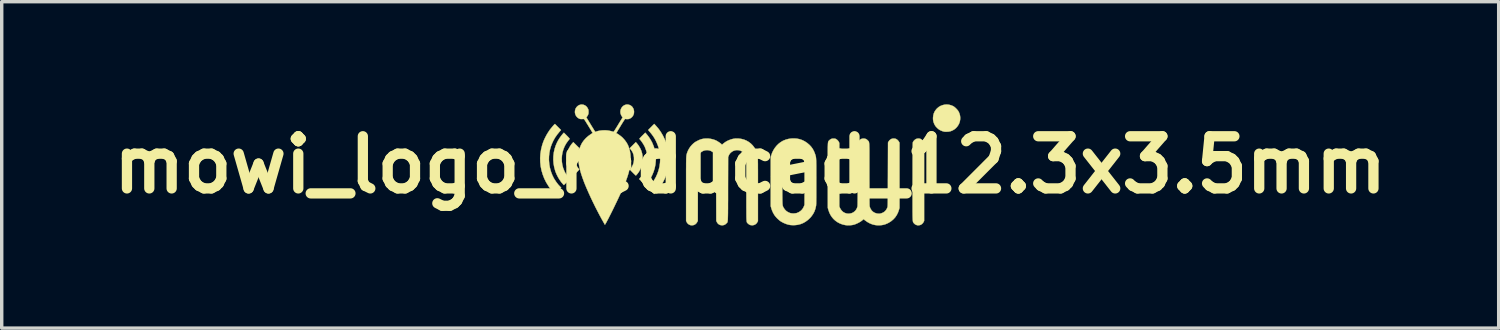
<source format=kicad_pcb>
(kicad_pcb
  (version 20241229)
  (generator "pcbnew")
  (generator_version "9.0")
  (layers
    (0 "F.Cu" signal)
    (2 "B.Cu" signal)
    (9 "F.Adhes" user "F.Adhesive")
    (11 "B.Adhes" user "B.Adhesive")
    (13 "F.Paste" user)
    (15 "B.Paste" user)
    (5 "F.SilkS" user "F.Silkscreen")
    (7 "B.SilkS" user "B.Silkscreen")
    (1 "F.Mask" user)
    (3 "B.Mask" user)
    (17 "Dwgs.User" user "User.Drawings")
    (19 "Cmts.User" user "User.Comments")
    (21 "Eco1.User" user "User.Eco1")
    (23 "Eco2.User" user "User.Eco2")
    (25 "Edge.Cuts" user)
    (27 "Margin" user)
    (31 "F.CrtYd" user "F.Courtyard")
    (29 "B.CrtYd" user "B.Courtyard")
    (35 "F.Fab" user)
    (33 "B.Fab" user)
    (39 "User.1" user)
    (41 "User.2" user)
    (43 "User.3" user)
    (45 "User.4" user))
  (footprint "mowi_logo_reduced_12.3x3.5mm"
    (layer "F.Cu")
    (at 18.876 1.767)
    (property "Reference" "mowi_logo_reduced_12.3x3.5mm" (at 0 0 0) (layer "F.SilkS") (effects (font (size 1.524 1.524) (thickness 0.3))))
    (attr through_hole)
    (fp_poly (pts (xy -5.081 -0.573) (xy -4.991 -0.484) (xy -5.015 -0.458) (xy -5.055 -0.404) (xy -5.085 -0.346) (xy -5.106 -0.282) (xy -5.116 -0.214) (xy -5.117 -0.154) (xy -5.11 -0.083) (xy -5.092 -0.018) (xy -5.065 0.041) (xy -5.029 0.095) (xy -5.016 0.111) (xy -5.005 0.124) (xy -4.999 0.132) (xy -4.999 0.136) (xy -5.004 0.145) (xy -5.014 0.158) (xy -5.031 0.176) (xy -5.054 0.2) (xy -5.08 0.226) (xy -5.105 0.251) (xy -5.128 0.274) (xy -5.147 0.292) (xy -5.161 0.305) (xy -5.169 0.312) (xy -5.17 0.313) (xy -5.175 0.309) (xy -5.186 0.299) (xy -5.199 0.284) (xy -5.2 0.283) (xy -5.25 0.22) (xy -5.292 0.15) (xy -5.325 0.075) (xy -5.349 -0.004) (xy -5.365 -0.085) (xy -5.371 -0.168) (xy -5.367 -0.251) (xy -5.354 -0.332) (xy -5.337 -0.392) (xy -5.31 -0.459) (xy -5.275 -0.525) (xy -5.235 -0.586) (xy -5.198 -0.631) (xy -5.17 -0.662) (xy -5.081 -0.573)) (stroke (width 0.01) (type solid)) (fill yes) (layer "F.SilkS"))
    (fp_poly (pts (xy -2.762 -1.149) (xy -2.684 -1.059) (xy -2.614 -0.961) (xy -2.552 -0.856) (xy -2.498 -0.747) (xy -2.453 -0.634) (xy -2.418 -0.518) (xy -2.398 -0.427) (xy -2.381 -0.303) (xy -2.374 -0.179) (xy -2.379 -0.056) (xy -2.394 0.065) (xy -2.42 0.185) (xy -2.456 0.301) (xy -2.502 0.415) (xy -2.558 0.525) (xy -2.624 0.631) (xy -2.699 0.732) (xy -2.767 0.809) (xy -2.807 0.851) (xy -2.898 0.761) (xy -2.989 0.671) (xy -2.947 0.627) (xy -2.875 0.544) (xy -2.812 0.455) (xy -2.758 0.36) (xy -2.713 0.261) (xy -2.677 0.157) (xy -2.651 0.051) (xy -2.636 -0.058) (xy -2.63 -0.169) (xy -2.635 -0.28) (xy -2.65 -0.391) (xy -2.652 -0.402) (xy -2.671 -0.478) (xy -2.696 -0.558) (xy -2.728 -0.638) (xy -2.764 -0.715) (xy -2.803 -0.785) (xy -2.807 -0.792) (xy -2.849 -0.855) (xy -2.898 -0.919) (xy -2.94 -0.968) (xy -2.982 -1.017) (xy -2.894 -1.106) (xy -2.805 -1.195) (xy -2.762 -1.149)) (stroke (width 0.01) (type solid)) (fill yes) (layer "F.SilkS"))
    (fp_poly (pts (xy -3.315 -0.631) (xy -3.299 -0.611) (xy -3.28 -0.587) (xy -3.262 -0.562) (xy -3.258 -0.555) (xy -3.215 -0.483) (xy -3.182 -0.409) (xy -3.16 -0.333) (xy -3.147 -0.253) (xy -3.143 -0.173) (xy -3.148 -0.084) (xy -3.164 0.001) (xy -3.19 0.082) (xy -3.227 0.16) (xy -3.256 0.208) (xy -3.271 0.23) (xy -3.288 0.253) (xy -3.305 0.274) (xy -3.321 0.292) (xy -3.333 0.306) (xy -3.342 0.312) (xy -3.343 0.313) (xy -3.348 0.309) (xy -3.359 0.298) (xy -3.376 0.282) (xy -3.398 0.261) (xy -3.422 0.237) (xy -3.433 0.226) (xy -3.463 0.196) (xy -3.485 0.173) (xy -3.501 0.155) (xy -3.51 0.143) (xy -3.514 0.136) (xy -3.514 0.132) (xy -3.508 0.124) (xy -3.497 0.11) (xy -3.484 0.095) (xy -3.448 0.041) (xy -3.421 -0.018) (xy -3.404 -0.083) (xy -3.396 -0.154) (xy -3.398 -0.226) (xy -3.41 -0.293) (xy -3.432 -0.356) (xy -3.464 -0.413) (xy -3.498 -0.458) (xy -3.522 -0.484) (xy -3.432 -0.573) (xy -3.343 -0.662) (xy -3.315 -0.631)) (stroke (width 0.01) (type solid)) (fill yes) (layer "F.SilkS"))
    (fp_poly (pts (xy -5.359 -0.852) (xy -5.329 -0.821) (xy -5.307 -0.798) (xy -5.291 -0.78) (xy -5.282 -0.768) (xy -5.278 -0.761) (xy -5.278 -0.757) (xy -5.284 -0.75) (xy -5.295 -0.736) (xy -5.309 -0.718) (xy -5.322 -0.703) (xy -5.377 -0.626) (xy -5.422 -0.545) (xy -5.458 -0.459) (xy -5.484 -0.37) (xy -5.501 -0.279) (xy -5.508 -0.187) (xy -5.505 -0.094) (xy -5.492 -0.002) (xy -5.469 0.088) (xy -5.435 0.175) (xy -5.419 0.21) (xy -5.4 0.243) (xy -5.376 0.28) (xy -5.35 0.318) (xy -5.324 0.352) (xy -5.303 0.376) (xy -5.268 0.414) (xy -5.357 0.503) (xy -5.446 0.592) (xy -5.469 0.568) (xy -5.521 0.508) (xy -5.57 0.439) (xy -5.615 0.365) (xy -5.655 0.286) (xy -5.689 0.206) (xy -5.699 0.176) (xy -5.728 0.07) (xy -5.747 -0.038) (xy -5.755 -0.146) (xy -5.752 -0.255) (xy -5.739 -0.363) (xy -5.715 -0.469) (xy -5.681 -0.572) (xy -5.653 -0.637) (xy -5.621 -0.7) (xy -5.582 -0.766) (xy -5.538 -0.828) (xy -5.493 -0.886) (xy -5.473 -0.909) (xy -5.446 -0.939) (xy -5.359 -0.852)) (stroke (width 0.01) (type solid)) (fill yes) (layer "F.SilkS"))
    (fp_poly (pts (xy -3.04 -0.909) (xy -2.994 -0.854) (xy -2.949 -0.792) (xy -2.907 -0.726) (xy -2.871 -0.66) (xy -2.86 -0.637) (xy -2.819 -0.536) (xy -2.788 -0.432) (xy -2.768 -0.327) (xy -2.759 -0.221) (xy -2.76 -0.114) (xy -2.77 -0.009) (xy -2.791 0.096) (xy -2.822 0.197) (xy -2.862 0.296) (xy -2.913 0.391) (xy -2.973 0.481) (xy -3.002 0.519) (xy -3.019 0.539) (xy -3.035 0.558) (xy -3.048 0.572) (xy -3.052 0.576) (xy -3.068 0.592) (xy -3.157 0.503) (xy -3.245 0.414) (xy -3.21 0.376) (xy -3.186 0.348) (xy -3.16 0.313) (xy -3.134 0.276) (xy -3.11 0.239) (xy -3.094 0.21) (xy -3.061 0.135) (xy -3.035 0.053) (xy -3.017 -0.031) (xy -3.007 -0.116) (xy -3.005 -0.199) (xy -3.008 -0.242) (xy -3.015 -0.299) (xy -3.023 -0.349) (xy -3.034 -0.396) (xy -3.049 -0.443) (xy -3.083 -0.531) (xy -3.129 -0.614) (xy -3.183 -0.693) (xy -3.204 -0.719) (xy -3.238 -0.76) (xy -3.227 -0.775) (xy -3.22 -0.783) (xy -3.206 -0.798) (xy -3.187 -0.818) (xy -3.165 -0.841) (xy -3.141 -0.864) (xy -3.067 -0.939) (xy -3.04 -0.909)) (stroke (width 0.01) (type solid)) (fill yes) (layer "F.SilkS"))
    (fp_poly (pts (xy 5.807 -1.757) (xy 5.868 -1.741) (xy 5.927 -1.717) (xy 5.944 -1.707) (xy 5.968 -1.691) (xy 5.996 -1.667) (xy 6.024 -1.64) (xy 6.05 -1.612) (xy 6.072 -1.585) (xy 6.084 -1.568) (xy 6.112 -1.509) (xy 6.13 -1.45) (xy 6.138 -1.39) (xy 6.137 -1.33) (xy 6.128 -1.272) (xy 6.11 -1.216) (xy 6.084 -1.164) (xy 6.051 -1.116) (xy 6.012 -1.073) (xy 5.967 -1.036) (xy 5.916 -1.006) (xy 5.86 -0.983) (xy 5.799 -0.97) (xy 5.739 -0.967) (xy 5.714 -0.967) (xy 5.692 -0.968) (xy 5.676 -0.969) (xy 5.672 -0.97) (xy 5.646 -0.976) (xy 5.614 -0.986) (xy 5.581 -0.999) (xy 5.551 -1.013) (xy 5.546 -1.015) (xy 5.514 -1.035) (xy 5.48 -1.063) (xy 5.459 -1.083) (xy 5.436 -1.107) (xy 5.418 -1.128) (xy 5.404 -1.149) (xy 5.39 -1.173) (xy 5.385 -1.183) (xy 5.365 -1.23) (xy 5.352 -1.273) (xy 5.345 -1.318) (xy 5.343 -1.368) (xy 5.344 -1.382) (xy 5.352 -1.448) (xy 5.369 -1.51) (xy 5.396 -1.566) (xy 5.434 -1.618) (xy 5.459 -1.646) (xy 5.508 -1.688) (xy 5.561 -1.72) (xy 5.62 -1.743) (xy 5.682 -1.758) (xy 5.744 -1.762) (xy 5.807 -1.757)) (stroke (width 0.01) (type solid)) (fill yes) (layer "F.SilkS"))
    (fp_poly (pts (xy -5.531 -1.017) (xy -5.573 -0.968) (xy -5.644 -0.881) (xy -5.705 -0.793) (xy -5.756 -0.702) (xy -5.799 -0.607) (xy -5.825 -0.536) (xy -5.853 -0.438) (xy -5.871 -0.342) (xy -5.881 -0.245) (xy -5.883 -0.145) (xy -5.882 -0.131) (xy -5.873 -0.019) (xy -5.853 0.091) (xy -5.823 0.198) (xy -5.784 0.301) (xy -5.735 0.4) (xy -5.676 0.492) (xy -5.61 0.579) (xy -5.563 0.629) (xy -5.524 0.67) (xy -5.613 0.759) (xy -5.639 0.785) (xy -5.662 0.808) (xy -5.682 0.826) (xy -5.696 0.84) (xy -5.705 0.848) (xy -5.706 0.849) (xy -5.711 0.845) (xy -5.722 0.834) (xy -5.737 0.818) (xy -5.756 0.798) (xy -5.759 0.794) (xy -5.798 0.75) (xy -5.832 0.71) (xy -5.862 0.67) (xy -5.891 0.628) (xy -5.899 0.616) (xy -5.965 0.509) (xy -6.02 0.397) (xy -6.064 0.282) (xy -6.099 0.165) (xy -6.123 0.045) (xy -6.136 -0.077) (xy -6.139 -0.199) (xy -6.131 -0.322) (xy -6.112 -0.445) (xy -6.082 -0.567) (xy -6.053 -0.656) (xy -6.026 -0.724) (xy -5.992 -0.796) (xy -5.954 -0.869) (xy -5.912 -0.939) (xy -5.869 -1.004) (xy -5.859 -1.019) (xy -5.84 -1.044) (xy -5.817 -1.072) (xy -5.793 -1.101) (xy -5.77 -1.129) (xy -5.749 -1.153) (xy -5.732 -1.171) (xy -5.727 -1.176) (xy -5.708 -1.194) (xy -5.531 -1.017)) (stroke (width 0.01) (type solid)) (fill yes) (layer "F.SilkS"))
    (fp_poly (pts (xy 4.942 -0.767) (xy 4.973 -0.759) (xy 4.984 -0.754) (xy 5.012 -0.736) (xy 5.038 -0.711) (xy 5.06 -0.684) (xy 5.071 -0.665) (xy 5.083 -0.639) (xy 5.083 1.638) (xy 5.071 1.665) (xy 5.051 1.696) (xy 5.026 1.725) (xy 4.997 1.746) (xy 4.984 1.753) (xy 4.96 1.761) (xy 4.932 1.766) (xy 4.906 1.768) (xy 4.884 1.767) (xy 4.882 1.766) (xy 4.842 1.752) (xy 4.807 1.73) (xy 4.78 1.703) (xy 4.778 1.699) (xy 4.774 1.694) (xy 4.771 1.689) (xy 4.768 1.684) (xy 4.765 1.68) (xy 4.762 1.674) (xy 4.759 1.667) (xy 4.757 1.658) (xy 4.755 1.647) (xy 4.754 1.634) (xy 4.752 1.617) (xy 4.751 1.597) (xy 4.75 1.573) (xy 4.749 1.545) (xy 4.748 1.511) (xy 4.747 1.472) (xy 4.747 1.427) (xy 4.746 1.376) (xy 4.746 1.318) (xy 4.746 1.253) (xy 4.746 1.181) (xy 4.746 1.1) (xy 4.746 1.01) (xy 4.746 0.912) (xy 4.746 0.803) (xy 4.746 0.685) (xy 4.746 0.557) (xy 4.746 0.482) (xy 4.747 0.35) (xy 4.747 0.229) (xy 4.747 0.118) (xy 4.747 0.016) (xy 4.747 -0.076) (xy 4.747 -0.159) (xy 4.748 -0.234) (xy 4.748 -0.301) (xy 4.748 -0.36) (xy 4.748 -0.413) (xy 4.749 -0.459) (xy 4.749 -0.498) (xy 4.75 -0.533) (xy 4.75 -0.561) (xy 4.751 -0.586) (xy 4.751 -0.606) (xy 4.752 -0.622) (xy 4.753 -0.635) (xy 4.753 -0.645) (xy 4.754 -0.652) (xy 4.755 -0.658) (xy 4.756 -0.662) (xy 4.757 -0.665) (xy 4.758 -0.666) (xy 4.775 -0.693) (xy 4.798 -0.719) (xy 4.826 -0.742) (xy 4.843 -0.752) (xy 4.872 -0.763) (xy 4.907 -0.768) (xy 4.942 -0.767)) (stroke (width 0.01) (type solid)) (fill yes) (layer "F.SilkS"))
    (fp_poly (pts (xy 1.359 -0.766) (xy 1.441 -0.75) (xy 1.52 -0.723) (xy 1.594 -0.686) (xy 1.666 -0.638) (xy 1.732 -0.582) (xy 1.782 -0.528) (xy 1.824 -0.47) (xy 1.859 -0.407) (xy 1.889 -0.336) (xy 1.895 -0.316) (xy 1.901 -0.301) (xy 1.905 -0.286) (xy 1.91 -0.272) (xy 1.913 -0.259) (xy 1.917 -0.245) (xy 1.92 -0.229) (xy 1.922 -0.212) (xy 1.924 -0.192) (xy 1.926 -0.169) (xy 1.927 -0.142) (xy 1.929 -0.111) (xy 1.929 -0.074) (xy 1.93 -0.031) (xy 1.931 0.018) (xy 1.931 0.074) (xy 1.931 0.138) (xy 1.931 0.21) (xy 1.931 0.292) (xy 1.932 0.383) (xy 1.931 0.485) (xy 1.931 0.496) (xy 1.931 0.599) (xy 1.931 0.69) (xy 1.931 0.772) (xy 1.931 0.845) (xy 1.931 0.909) (xy 1.931 0.964) (xy 1.93 1.012) (xy 1.93 1.054) (xy 1.929 1.089) (xy 1.929 1.118) (xy 1.928 1.142) (xy 1.927 1.162) (xy 1.926 1.178) (xy 1.925 1.191) (xy 1.924 1.201) (xy 1.923 1.203) (xy 1.904 1.287) (xy 1.876 1.366) (xy 1.837 1.439) (xy 1.788 1.508) (xy 1.749 1.553) (xy 1.684 1.613) (xy 1.616 1.663) (xy 1.545 1.703) (xy 1.469 1.733) (xy 1.389 1.753) (xy 1.373 1.755) (xy 1.334 1.76) (xy 1.288 1.763) (xy 1.241 1.763) (xy 1.197 1.761) (xy 1.164 1.758) (xy 1.102 1.745) (xy 1.038 1.724) (xy 0.974 1.697) (xy 0.914 1.665) (xy 0.884 1.646) (xy 0.845 1.616) (xy 0.805 1.58) (xy 0.766 1.541) (xy 0.731 1.5) (xy 0.706 1.466) (xy 0.669 1.402) (xy 0.637 1.33) (xy 0.615 1.262) (xy 0.6 1.209) (xy 0.6 0.26) (xy 0.938 0.26) (xy 0.938 0.346) (xy 0.938 0.442) (xy 0.938 0.488) (xy 0.938 0.59) (xy 0.938 0.682) (xy 0.938 0.763) (xy 0.938 0.836) (xy 0.938 0.9) (xy 0.939 0.955) (xy 0.939 1.004) (xy 0.94 1.045) (xy 0.941 1.081) (xy 0.942 1.111) (xy 0.943 1.136) (xy 0.945 1.157) (xy 0.947 1.175) (xy 0.95 1.189) (xy 0.953 1.202) (xy 0.956 1.212) (xy 0.96 1.222) (xy 0.964 1.231) (xy 0.969 1.24) (xy 0.974 1.25) (xy 0.976 1.253) (xy 1.007 1.3) (xy 1.046 1.342) (xy 1.093 1.376) (xy 1.146 1.402) (xy 1.179 1.413) (xy 1.221 1.42) (xy 1.268 1.422) (xy 1.316 1.418) (xy 1.359 1.41) (xy 1.368 1.407) (xy 1.422 1.383) (xy 1.471 1.35) (xy 1.514 1.309) (xy 1.548 1.261) (xy 1.573 1.208) (xy 1.576 1.201) (xy 1.588 1.164) (xy 1.59 0.516) (xy 1.59 0.405) (xy 1.59 0.304) (xy 1.59 0.213) (xy 1.59 0.133) (xy 1.59 0.063) (xy 1.589 0.003) (xy 1.589 -0.048) (xy 1.588 -0.089) (xy 1.588 -0.122) (xy 1.587 -0.146) (xy 1.586 -0.162) (xy 1.585 -0.168) (xy 1.573 -0.215) (xy 1.551 -0.262) (xy 1.525 -0.303) (xy 1.488 -0.345) (xy 1.444 -0.379) (xy 1.393 -0.406) (xy 1.359 -0.419) (xy 1.324 -0.428) (xy 1.284 -0.432) (xy 1.243 -0.433) (xy 1.204 -0.429) (xy 1.172 -0.422) (xy 1.114 -0.398) (xy 1.063 -0.366) (xy 1.02 -0.328) (xy 0.987 -0.284) (xy 0.976 -0.265) (xy 0.97 -0.255) (xy 0.965 -0.245) (xy 0.961 -0.236) (xy 0.957 -0.227) (xy 0.953 -0.218) (xy 0.95 -0.207) (xy 0.948 -0.194) (xy 0.945 -0.178) (xy 0.943 -0.16) (xy 0.942 -0.137) (xy 0.941 -0.11) (xy 0.94 -0.078) (xy 0.939 -0.04) (xy 0.939 0.005) (xy 0.938 0.056) (xy 0.938 0.115) (xy 0.938 0.183) (xy 0.938 0.26) (xy 0.6 0.26) (xy 0.6 -0.221) (xy 0.615 -0.275) (xy 0.641 -0.351) (xy 0.677 -0.425) (xy 0.72 -0.493) (xy 0.77 -0.556) (xy 0.826 -0.612) (xy 0.888 -0.66) (xy 0.953 -0.699) (xy 0.973 -0.709) (xy 1.047 -0.738) (xy 1.121 -0.757) (xy 1.197 -0.768) (xy 1.273 -0.771) (xy 1.359 -0.766)) (stroke (width 0.01) (type solid)) (fill yes) (layer "F.SilkS"))
    (fp_poly (pts (xy -4.885 -1.758) (xy -4.876 -1.756) (xy -4.832 -1.739) (xy -4.796 -1.714) (xy -4.766 -1.681) (xy -4.742 -1.639) (xy -4.741 -1.638) (xy -4.734 -1.621) (xy -4.729 -1.605) (xy -4.727 -1.588) (xy -4.726 -1.565) (xy -4.726 -1.549) (xy -4.726 -1.522) (xy -4.727 -1.502) (xy -4.731 -1.486) (xy -4.736 -1.471) (xy -4.741 -1.46) (xy -4.752 -1.438) (xy -4.765 -1.418) (xy -4.773 -1.406) (xy -4.789 -1.386) (xy -4.672 -1.194) (xy -4.646 -1.151) (xy -4.621 -1.111) (xy -4.598 -1.074) (xy -4.578 -1.041) (xy -4.562 -1.015) (xy -4.549 -0.995) (xy -4.542 -0.983) (xy -4.541 -0.981) (xy -4.528 -0.961) (xy -4.507 -0.969) (xy -4.464 -0.984) (xy -4.413 -0.995) (xy -4.357 -1.003) (xy -4.298 -1.008) (xy -4.239 -1.009) (xy -4.184 -1.005) (xy -4.16 -1.003) (xy -4.125 -0.997) (xy -4.087 -0.989) (xy -4.051 -0.98) (xy -4.019 -0.971) (xy -3.997 -0.963) (xy -3.993 -0.965) (xy -3.987 -0.972) (xy -3.977 -0.985) (xy -3.964 -1.004) (xy -3.946 -1.031) (xy -3.925 -1.065) (xy -3.898 -1.108) (xy -3.867 -1.159) (xy -3.859 -1.173) (xy -3.729 -1.385) (xy -3.749 -1.413) (xy -3.773 -1.454) (xy -3.788 -1.498) (xy -3.794 -1.542) (xy -3.791 -1.585) (xy -3.78 -1.627) (xy -3.761 -1.665) (xy -3.735 -1.699) (xy -3.703 -1.727) (xy -3.665 -1.748) (xy -3.621 -1.76) (xy -3.611 -1.762) (xy -3.573 -1.761) (xy -3.534 -1.752) (xy -3.496 -1.735) (xy -3.463 -1.711) (xy -3.444 -1.691) (xy -3.418 -1.65) (xy -3.401 -1.604) (xy -3.395 -1.556) (xy -3.398 -1.507) (xy -3.405 -1.48) (xy -3.424 -1.437) (xy -3.451 -1.4) (xy -3.484 -1.371) (xy -3.522 -1.349) (xy -3.564 -1.337) (xy -3.608 -1.336) (xy -3.609 -1.336) (xy -3.628 -1.338) (xy -3.644 -1.34) (xy -3.651 -1.342) (xy -3.655 -1.341) (xy -3.661 -1.336) (xy -3.669 -1.325) (xy -3.681 -1.308) (xy -3.696 -1.285) (xy -3.715 -1.255) (xy -3.739 -1.217) (xy -3.768 -1.17) (xy -3.787 -1.139) (xy -3.813 -1.095) (xy -3.838 -1.055) (xy -3.86 -1.018) (xy -3.879 -0.986) (xy -3.895 -0.96) (xy -3.906 -0.941) (xy -3.912 -0.929) (xy -3.913 -0.927) (xy -3.909 -0.921) (xy -3.902 -0.918) (xy -3.886 -0.911) (xy -3.864 -0.897) (xy -3.837 -0.879) (xy -3.808 -0.858) (xy -3.779 -0.836) (xy -3.752 -0.813) (xy -3.728 -0.791) (xy -3.721 -0.784) (xy -3.663 -0.719) (xy -3.614 -0.65) (xy -3.573 -0.576) (xy -3.542 -0.496) (xy -3.518 -0.411) (xy -3.503 -0.318) (xy -3.495 -0.218) (xy -3.495 -0.17) (xy -3.497 -0.091) (xy -3.504 -0.011) (xy -3.516 0.071) (xy -3.534 0.156) (xy -3.557 0.245) (xy -3.586 0.34) (xy -3.621 0.44) (xy -3.663 0.547) (xy -3.711 0.661) (xy -3.72 0.682) (xy -3.749 0.749) (xy -3.782 0.82) (xy -3.817 0.896) (xy -3.853 0.974) (xy -3.891 1.054) (xy -3.93 1.135) (xy -3.969 1.216) (xy -4.007 1.295) (xy -4.045 1.372) (xy -4.082 1.445) (xy -4.117 1.514) (xy -4.149 1.577) (xy -4.179 1.633) (xy -4.205 1.682) (xy -4.228 1.721) (xy -4.234 1.731) (xy -4.246 1.752) (xy -4.27 1.709) (xy -4.334 1.596) (xy -4.4 1.475) (xy -4.466 1.349) (xy -4.532 1.22) (xy -4.596 1.089) (xy -4.658 0.959) (xy -4.717 0.83) (xy -4.772 0.706) (xy -4.822 0.588) (xy -4.854 0.508) (xy -4.902 0.378) (xy -4.943 0.255) (xy -4.975 0.14) (xy -4.999 0.03) (xy -5.015 -0.073) (xy -5.023 -0.171) (xy -5.023 -0.263) (xy -5.014 -0.35) (xy -4.999 -0.432) (xy -4.982 -0.489) (xy -4.95 -0.571) (xy -4.91 -0.647) (xy -4.86 -0.716) (xy -4.802 -0.78) (xy -4.734 -0.84) (xy -4.666 -0.889) (xy -4.643 -0.904) (xy -4.624 -0.917) (xy -4.611 -0.927) (xy -4.606 -0.932) (xy -4.606 -0.932) (xy -4.608 -0.937) (xy -4.616 -0.951) (xy -4.629 -0.972) (xy -4.646 -1) (xy -4.666 -1.034) (xy -4.689 -1.071) (xy -4.715 -1.113) (xy -4.73 -1.139) (xy -4.762 -1.19) (xy -4.788 -1.232) (xy -4.809 -1.266) (xy -4.826 -1.292) (xy -4.839 -1.312) (xy -4.85 -1.326) (xy -4.857 -1.335) (xy -4.862 -1.34) (xy -4.866 -1.34) (xy -4.876 -1.339) (xy -4.894 -1.339) (xy -4.917 -1.338) (xy -4.924 -1.338) (xy -4.949 -1.338) (xy -4.967 -1.34) (xy -4.983 -1.344) (xy -5 -1.351) (xy -5.004 -1.353) (xy -5.044 -1.378) (xy -5.076 -1.411) (xy -5.1 -1.449) (xy -5.116 -1.492) (xy -5.123 -1.537) (xy -5.12 -1.583) (xy -5.108 -1.628) (xy -5.1 -1.648) (xy -5.075 -1.686) (xy -5.044 -1.717) (xy -5.008 -1.741) (xy -4.968 -1.756) (xy -4.926 -1.762) (xy -4.885 -1.758)) (stroke (width 0.01) (type solid)) (fill yes) (layer "F.SilkS"))
    (fp_poly (pts (xy -0.346 -0.768) (xy -0.264 -0.758) (xy -0.185 -0.738) (xy -0.112 -0.708) (xy -0.044 -0.669) (xy 0.018 -0.622) (xy 0.073 -0.567) (xy 0.121 -0.504) (xy 0.162 -0.435) (xy 0.194 -0.36) (xy 0.217 -0.279) (xy 0.219 -0.268) (xy 0.22 -0.261) (xy 0.221 -0.25) (xy 0.221 -0.235) (xy 0.222 -0.216) (xy 0.223 -0.191) (xy 0.223 -0.16) (xy 0.224 -0.123) (xy 0.224 -0.08) (xy 0.225 -0.03) (xy 0.225 0.028) (xy 0.225 0.094) (xy 0.226 0.168) (xy 0.226 0.251) (xy 0.226 0.343) (xy 0.226 0.445) (xy 0.226 0.557) (xy 0.226 0.68) (xy 0.226 0.706) (xy 0.226 1.644) (xy 0.211 1.672) (xy 0.186 1.71) (xy 0.154 1.738) (xy 0.117 1.757) (xy 0.074 1.766) (xy 0.056 1.766) (xy 0.012 1.762) (xy -0.027 1.747) (xy -0.06 1.722) (xy -0.072 1.71) (xy -0.077 1.705) (xy -0.082 1.7) (xy -0.086 1.696) (xy -0.09 1.691) (xy -0.093 1.686) (xy -0.096 1.679) (xy -0.099 1.671) (xy -0.101 1.66) (xy -0.103 1.647) (xy -0.105 1.63) (xy -0.106 1.609) (xy -0.108 1.584) (xy -0.109 1.554) (xy -0.11 1.519) (xy -0.11 1.478) (xy -0.111 1.431) (xy -0.111 1.376) (xy -0.111 1.315) (xy -0.112 1.245) (xy -0.112 1.167) (xy -0.112 1.08) (xy -0.112 0.984) (xy -0.112 0.877) (xy -0.112 0.761) (xy -0.112 0.713) (xy -0.112 0.595) (xy -0.112 0.487) (xy -0.112 0.389) (xy -0.112 0.3) (xy -0.112 0.221) (xy -0.112 0.151) (xy -0.112 0.088) (xy -0.112 0.033) (xy -0.112 -0.015) (xy -0.113 -0.057) (xy -0.113 -0.092) (xy -0.114 -0.123) (xy -0.114 -0.148) (xy -0.115 -0.169) (xy -0.115 -0.186) (xy -0.116 -0.2) (xy -0.117 -0.211) (xy -0.118 -0.219) (xy -0.119 -0.226) (xy -0.12 -0.231) (xy -0.122 -0.236) (xy -0.123 -0.241) (xy -0.123 -0.241) (xy -0.145 -0.289) (xy -0.176 -0.333) (xy -0.214 -0.371) (xy -0.251 -0.398) (xy -0.297 -0.418) (xy -0.346 -0.428) (xy -0.397 -0.43) (xy -0.447 -0.422) (xy -0.495 -0.405) (xy -0.54 -0.379) (xy -0.565 -0.358) (xy -0.589 -0.334) (xy -0.607 -0.309) (xy -0.623 -0.28) (xy -0.631 -0.26) (xy -0.645 -0.226) (xy -0.648 0.703) (xy -0.648 0.825) (xy -0.648 0.936) (xy -0.648 1.037) (xy -0.649 1.128) (xy -0.649 1.21) (xy -0.649 1.283) (xy -0.65 1.348) (xy -0.65 1.406) (xy -0.651 1.456) (xy -0.652 1.5) (xy -0.653 1.538) (xy -0.654 1.571) (xy -0.655 1.598) (xy -0.657 1.62) (xy -0.659 1.639) (xy -0.661 1.654) (xy -0.663 1.666) (xy -0.666 1.676) (xy -0.669 1.683) (xy -0.673 1.689) (xy -0.677 1.694) (xy -0.682 1.699) (xy -0.686 1.703) (xy -0.692 1.708) (xy -0.697 1.713) (xy -0.727 1.74) (xy -0.76 1.757) (xy -0.797 1.765) (xy -0.821 1.767) (xy -0.865 1.762) (xy -0.904 1.748) (xy -0.938 1.724) (xy -0.964 1.691) (xy -0.976 1.669) (xy -0.991 1.638) (xy -0.994 0.706) (xy -0.996 -0.226) (xy -1.009 -0.256) (xy -1.036 -0.306) (xy -1.07 -0.349) (xy -1.11 -0.383) (xy -1.154 -0.408) (xy -1.203 -0.424) (xy -1.254 -0.43) (xy -1.306 -0.427) (xy -1.359 -0.413) (xy -1.392 -0.398) (xy -1.434 -0.371) (xy -1.47 -0.334) (xy -1.499 -0.288) (xy -1.515 -0.255) (xy -1.527 -0.226) (xy -1.53 0.706) (xy -1.532 1.638) (xy -1.548 1.67) (xy -1.57 1.704) (xy -1.599 1.733) (xy -1.633 1.753) (xy -1.633 1.754) (xy -1.66 1.762) (xy -1.692 1.767) (xy -1.723 1.767) (xy -1.743 1.764) (xy -1.784 1.748) (xy -1.819 1.724) (xy -1.846 1.691) (xy -1.858 1.669) (xy -1.873 1.638) (xy -1.873 0.709) (xy -1.873 0.587) (xy -1.873 0.477) (xy -1.873 0.376) (xy -1.873 0.285) (xy -1.873 0.203) (xy -1.873 0.129) (xy -1.872 0.063) (xy -1.872 0.005) (xy -1.872 -0.046) (xy -1.871 -0.091) (xy -1.87 -0.131) (xy -1.87 -0.165) (xy -1.869 -0.194) (xy -1.867 -0.219) (xy -1.866 -0.24) (xy -1.864 -0.258) (xy -1.863 -0.273) (xy -1.86 -0.287) (xy -1.858 -0.299) (xy -1.856 -0.309) (xy -1.853 -0.32) (xy -1.85 -0.33) (xy -1.846 -0.341) (xy -1.844 -0.349) (xy -1.818 -0.414) (xy -1.784 -0.477) (xy -1.743 -0.537) (xy -1.695 -0.591) (xy -1.644 -0.638) (xy -1.608 -0.664) (xy -1.575 -0.683) (xy -1.537 -0.703) (xy -1.498 -0.722) (xy -1.461 -0.737) (xy -1.434 -0.747) (xy -1.368 -0.762) (xy -1.298 -0.769) (xy -1.225 -0.768) (xy -1.151 -0.758) (xy -1.079 -0.741) (xy -1.02 -0.72) (xy -0.994 -0.708) (xy -0.964 -0.692) (xy -0.933 -0.672) (xy -0.901 -0.652) (xy -0.874 -0.632) (xy -0.852 -0.615) (xy -0.844 -0.607) (xy -0.825 -0.587) (xy -0.788 -0.618) (xy -0.751 -0.647) (xy -0.715 -0.672) (xy -0.675 -0.695) (xy -0.639 -0.712) (xy -0.57 -0.74) (xy -0.503 -0.758) (xy -0.435 -0.768) (xy -0.364 -0.769) (xy -0.346 -0.768)) (stroke (width 0.01) (type solid)) (fill yes) (layer "F.SilkS"))
    (fp_poly (pts (xy 4.227 -0.766) (xy 4.259 -0.757) (xy 4.268 -0.753) (xy 4.304 -0.728) (xy 4.334 -0.695) (xy 4.35 -0.67) (xy 4.363 -0.645) (xy 4.363 1.259) (xy 4.348 1.313) (xy 4.32 1.393) (xy 4.283 1.467) (xy 4.238 1.534) (xy 4.184 1.593) (xy 4.121 1.646) (xy 4.051 1.691) (xy 4.011 1.711) (xy 3.965 1.731) (xy 3.925 1.745) (xy 3.885 1.755) (xy 3.842 1.762) (xy 3.817 1.765) (xy 3.734 1.768) (xy 3.652 1.76) (xy 3.573 1.741) (xy 3.497 1.711) (xy 3.423 1.67) (xy 3.354 1.621) (xy 3.312 1.586) (xy 3.293 1.606) (xy 3.267 1.629) (xy 3.232 1.654) (xy 3.191 1.679) (xy 3.147 1.702) (xy 3.102 1.723) (xy 3.059 1.74) (xy 3.04 1.747) (xy 2.979 1.76) (xy 2.912 1.767) (xy 2.844 1.768) (xy 2.779 1.761) (xy 2.7 1.743) (xy 2.624 1.715) (xy 2.552 1.677) (xy 2.486 1.63) (xy 2.431 1.579) (xy 2.385 1.523) (xy 2.344 1.46) (xy 2.311 1.391) (xy 2.286 1.318) (xy 2.284 1.313) (xy 2.269 1.259) (xy 2.268 0.313) (xy 2.268 0.19) (xy 2.267 0.078) (xy 2.267 -0.024) (xy 2.267 -0.116) (xy 2.267 -0.199) (xy 2.267 -0.273) (xy 2.267 -0.339) (xy 2.267 -0.398) (xy 2.268 -0.45) (xy 2.268 -0.494) (xy 2.269 -0.533) (xy 2.27 -0.566) (xy 2.271 -0.594) (xy 2.272 -0.617) (xy 2.274 -0.637) (xy 2.276 -0.652) (xy 2.278 -0.665) (xy 2.28 -0.675) (xy 2.283 -0.682) (xy 2.286 -0.688) (xy 2.29 -0.693) (xy 2.293 -0.698) (xy 2.298 -0.702) (xy 2.302 -0.707) (xy 2.306 -0.711) (xy 2.325 -0.729) (xy 2.348 -0.745) (xy 2.36 -0.752) (xy 2.379 -0.76) (xy 2.397 -0.765) (xy 2.417 -0.767) (xy 2.437 -0.767) (xy 2.461 -0.767) (xy 2.479 -0.764) (xy 2.495 -0.759) (xy 2.511 -0.751) (xy 2.547 -0.725) (xy 2.577 -0.691) (xy 2.592 -0.664) (xy 2.604 -0.639) (xy 2.604 1.214) (xy 2.617 1.247) (xy 2.643 1.298) (xy 2.677 1.342) (xy 2.716 1.378) (xy 2.761 1.404) (xy 2.811 1.421) (xy 2.855 1.428) (xy 2.908 1.426) (xy 2.959 1.415) (xy 3.006 1.395) (xy 3.047 1.366) (xy 3.082 1.331) (xy 3.109 1.289) (xy 3.112 1.283) (xy 3.122 1.258) (xy 3.131 1.233) (xy 3.137 1.213) (xy 3.137 1.213) (xy 3.138 1.204) (xy 3.138 1.188) (xy 3.139 1.164) (xy 3.14 1.132) (xy 3.14 1.091) (xy 3.141 1.042) (xy 3.141 0.983) (xy 3.142 0.915) (xy 3.142 0.838) (xy 3.142 0.751) (xy 3.143 0.653) (xy 3.143 0.546) (xy 3.143 0.427) (xy 3.143 0.298) (xy 3.143 0.276) (xy 3.143 0.159) (xy 3.143 0.051) (xy 3.143 -0.046) (xy 3.143 -0.133) (xy 3.143 -0.211) (xy 3.143 -0.281) (xy 3.143 -0.343) (xy 3.143 -0.397) (xy 3.144 -0.444) (xy 3.144 -0.485) (xy 3.144 -0.52) (xy 3.145 -0.549) (xy 3.145 -0.574) (xy 3.146 -0.594) (xy 3.147 -0.61) (xy 3.147 -0.623) (xy 3.148 -0.634) (xy 3.149 -0.642) (xy 3.15 -0.648) (xy 3.152 -0.653) (xy 3.153 -0.657) (xy 3.154 -0.661) (xy 3.172 -0.693) (xy 3.197 -0.723) (xy 3.229 -0.747) (xy 3.242 -0.754) (xy 3.274 -0.764) (xy 3.311 -0.768) (xy 3.347 -0.765) (xy 3.38 -0.755) (xy 3.386 -0.752) (xy 3.406 -0.74) (xy 3.427 -0.723) (xy 3.44 -0.709) (xy 3.446 -0.703) (xy 3.451 -0.698) (xy 3.455 -0.694) (xy 3.459 -0.689) (xy 3.463 -0.684) (xy 3.467 -0.677) (xy 3.469 -0.669) (xy 3.472 -0.658) (xy 3.474 -0.645) (xy 3.476 -0.628) (xy 3.478 -0.608) (xy 3.479 -0.583) (xy 3.48 -0.553) (xy 3.481 -0.519) (xy 3.482 -0.478) (xy 3.483 -0.431) (xy 3.483 -0.377) (xy 3.483 -0.316) (xy 3.483 -0.247) (xy 3.483 -0.169) (xy 3.483 -0.082) (xy 3.483 0.014) (xy 3.483 0.119) (xy 3.483 0.236) (xy 3.483 0.277) (xy 3.483 0.408) (xy 3.484 0.528) (xy 3.484 0.638) (xy 3.484 0.737) (xy 3.484 0.826) (xy 3.484 0.905) (xy 3.485 0.975) (xy 3.485 1.035) (xy 3.486 1.086) (xy 3.486 1.128) (xy 3.487 1.161) (xy 3.488 1.186) (xy 3.489 1.203) (xy 3.49 1.212) (xy 3.49 1.213) (xy 3.499 1.242) (xy 3.513 1.275) (xy 3.532 1.308) (xy 3.551 1.336) (xy 3.555 1.34) (xy 3.59 1.373) (xy 3.632 1.399) (xy 3.679 1.417) (xy 3.728 1.427) (xy 3.778 1.429) (xy 3.824 1.42) (xy 3.876 1.4) (xy 3.921 1.373) (xy 3.957 1.338) (xy 3.987 1.295) (xy 4.012 1.242) (xy 4.012 1.242) (xy 4.013 1.238) (xy 4.014 1.234) (xy 4.015 1.228) (xy 4.016 1.22) (xy 4.017 1.21) (xy 4.018 1.198) (xy 4.019 1.182) (xy 4.02 1.162) (xy 4.02 1.139) (xy 4.021 1.11) (xy 4.021 1.076) (xy 4.022 1.036) (xy 4.022 0.99) (xy 4.022 0.937) (xy 4.023 0.877) (xy 4.023 0.808) (xy 4.023 0.732) (xy 4.024 0.646) (xy 4.024 0.551) (xy 4.024 0.446) (xy 4.025 0.331) (xy 4.025 0.282) (xy 4.028 -0.65) (xy 4.044 -0.68) (xy 4.068 -0.713) (xy 4.099 -0.74) (xy 4.125 -0.755) (xy 4.156 -0.765) (xy 4.191 -0.768) (xy 4.227 -0.766)) (stroke (width 0.01) (type solid)) (fill yes) (layer "F.SilkS")))
  (gr_rect
    (start -3 -3)
    (end 40.752 6.54)
    (stroke (width 0.1) (type default))
    (fill no)
    (layer "Edge.Cuts")))
</source>
